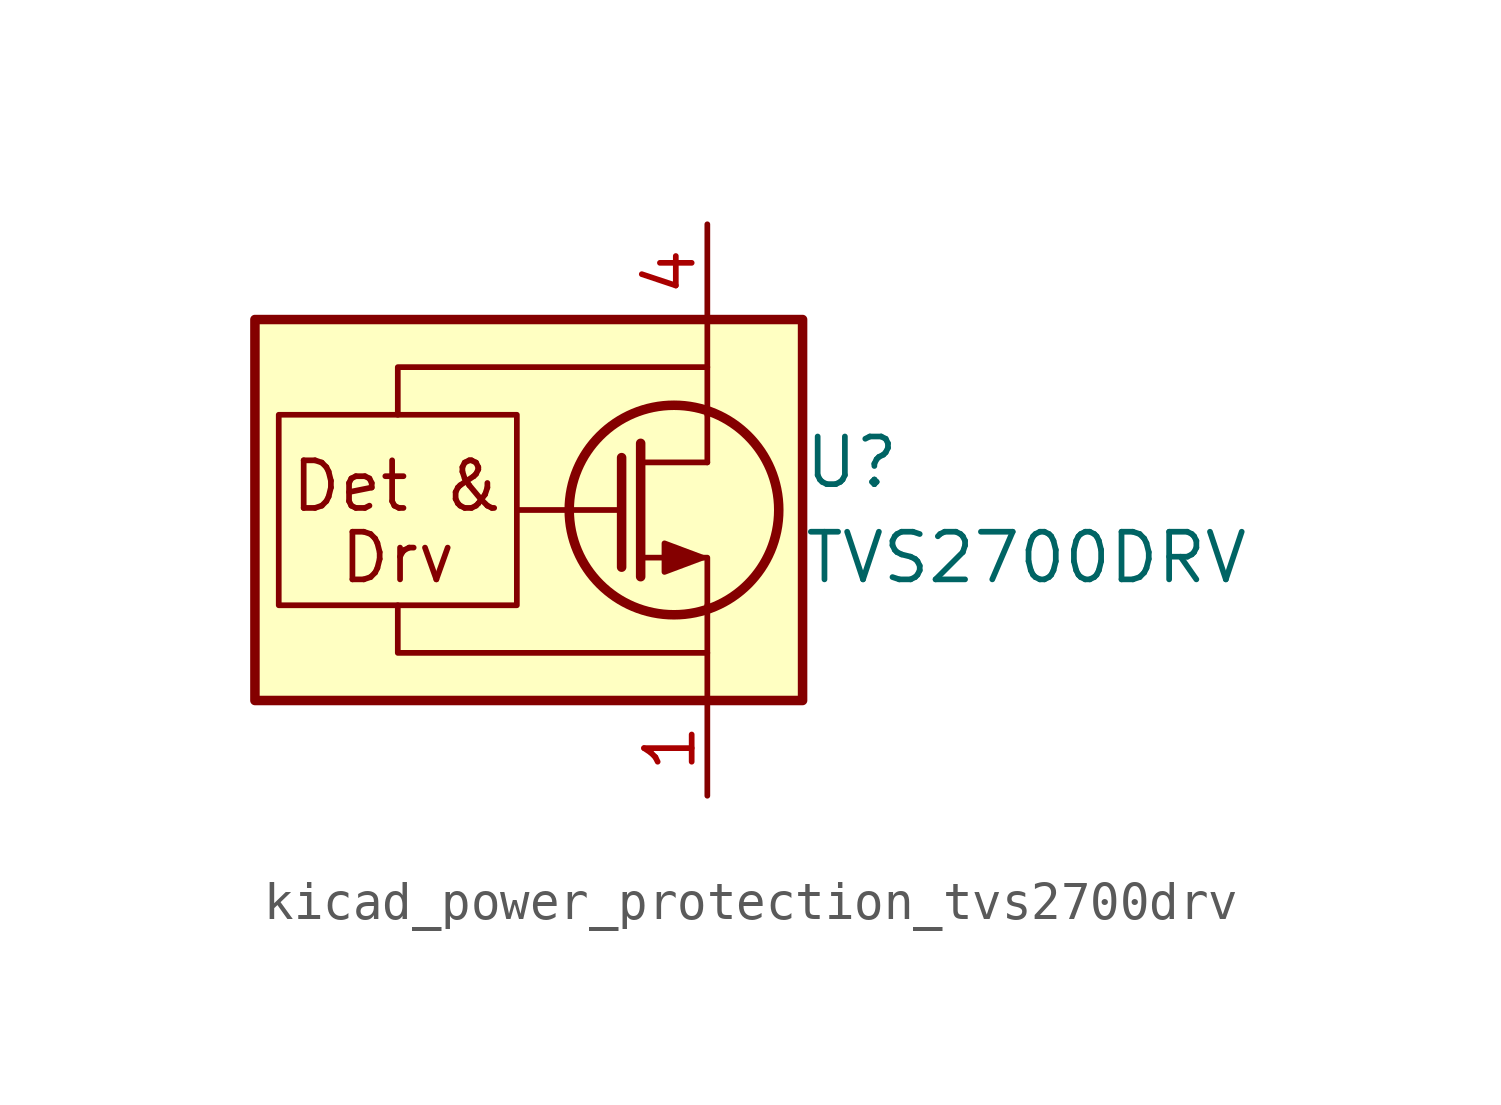
<source format=kicad_sym>
(kicad_symbol_lib
  (version 20220914)
  (generator kicad_symbol_editor)
  (symbol "kicad_power_protection_tvs2700drv"
    (pin_names
      (offset 0) hide)
    (property "Reference" "U"
      (at 2.54 1.27 0)
      (effects (font (size 1.27 1.27)) (justify left)))
    (property "Value" "TVS2700DRV"
      (at 2.54 -1.27 0)
      (effects (font (size 1.27 1.27)) (justify left)))
    (symbol "kicad_power_protection_tvs2700drv_0_0"
      (rectangle (start -11.43 2.54) (end -5.08 -2.54) (stroke (width 0) (type default)) (fill (type none)))
      (polyline (pts (xy 0 1.27) (xy -1.778 1.27)) (stroke (width 0) (type default)) (fill (type none)))
      (polyline (pts (xy -8.255 -2.54) (xy -8.255 -3.81) (xy 0 -3.81)) (stroke (width 0) (type default)) (fill (type none)))
      (polyline (pts (xy -8.255 2.54) (xy -8.255 3.81) (xy 0 3.81)) (stroke (width 0) (type default)) (fill (type none)))
      (text "Det &" (at -8.255 0.635 0) (effects (font (size 1.27 1.27))))
      (text "Drv" (at -8.255 -1.27 0) (effects (font (size 1.27 1.27)))))
    (symbol "kicad_power_protection_tvs2700drv_0_1"
      (rectangle (start -12.065 5.08) (end 2.54 -5.08) (stroke (width 0.254) (type default)) (fill (type background)))
      (circle (center -0.889 0) (radius 2.794) (stroke (width 0.254) (type default)) (fill (type none)))
      (polyline (pts (xy -2.286 0) (xy -5.08 0)) (stroke (width 0) (type default)) (fill (type none)))
      (polyline (pts (xy -2.286 1.397) (xy -2.286 -1.524)) (stroke (width 0.254) (type default)) (fill (type none)))
      (polyline (pts (xy -1.778 1.778) (xy -1.778 -1.778)) (stroke (width 0.254) (type default)) (fill (type none)))
      (polyline (pts (xy 0 -2.54) (xy 0 -5.08)) (stroke (width 0) (type default)) (fill (type none)))
      (polyline (pts (xy 0 2.54) (xy 0 1.27)) (stroke (width 0) (type default)) (fill (type none)))
      (polyline (pts (xy 0 5.08) (xy 0 2.54)) (stroke (width 0) (type default)) (fill (type none)))
      (polyline (pts (xy 0 -2.54) (xy 0 -1.27) (xy -1.778 -1.27)) (stroke (width 0) (type default)) (fill (type none)))
      (polyline (pts (xy -0.127 -1.27) (xy -1.143 -1.651) (xy -1.143 -0.889) (xy -0.127 -1.27)) (stroke (width 0) (type default)) (fill (type outline))))
    (symbol "kicad_power_protection_tvs2700drv_1_1"
      (pin power_in line (at 0 -7.62 90) (length 2.54) (name "GND" (effects (font (size 1.27 1.27)))) (number "1" (effects (font (size 1.27 1.27)))))
      (pin passive line (at 0 -7.62 90) (length 2.54) hide (name "GND" (effects (font (size 1.27 1.27)))) (number "2" (effects (font (size 1.27 1.27)))))
      (pin passive line (at 0 -7.62 90) (length 2.54) hide (name "GND" (effects (font (size 1.27 1.27)))) (number "3" (effects (font (size 1.27 1.27)))))
      (pin passive line (at 0 7.62 270) (length 2.54) (name "IN" (effects (font (size 1.27 1.27)))) (number "4" (effects (font (size 1.27 1.27)))))
      (pin passive line (at 0 7.62 270) (length 2.54) hide (name "IN" (effects (font (size 1.27 1.27)))) (number "5" (effects (font (size 1.27 1.27)))))
      (pin passive line (at 0 7.62 270) (length 2.54) hide (name "IN" (effects (font (size 1.27 1.27)))) (number "6" (effects (font (size 1.27 1.27)))))
      (pin passive line (at 0 -7.62 90) (length 2.54) hide (name "GND" (effects (font (size 1.27 1.27)))) (number "7" (effects (font (size 1.27 1.27))))))))
</source>
